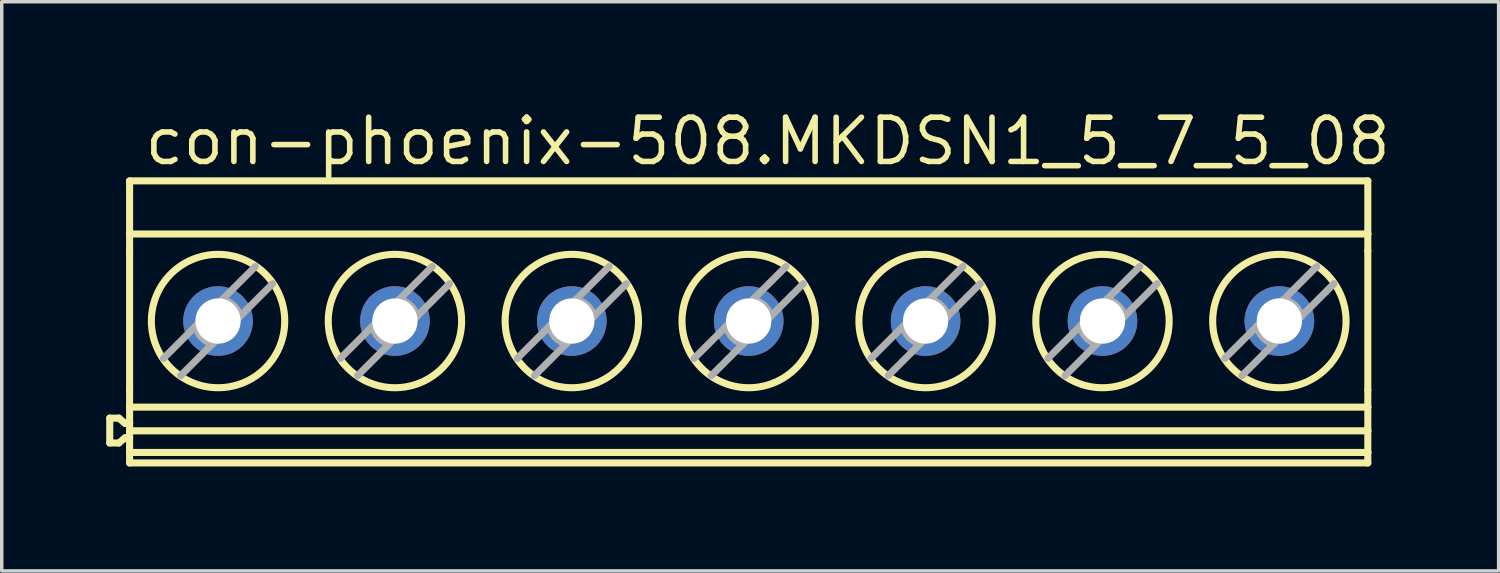
<source format=kicad_pcb>
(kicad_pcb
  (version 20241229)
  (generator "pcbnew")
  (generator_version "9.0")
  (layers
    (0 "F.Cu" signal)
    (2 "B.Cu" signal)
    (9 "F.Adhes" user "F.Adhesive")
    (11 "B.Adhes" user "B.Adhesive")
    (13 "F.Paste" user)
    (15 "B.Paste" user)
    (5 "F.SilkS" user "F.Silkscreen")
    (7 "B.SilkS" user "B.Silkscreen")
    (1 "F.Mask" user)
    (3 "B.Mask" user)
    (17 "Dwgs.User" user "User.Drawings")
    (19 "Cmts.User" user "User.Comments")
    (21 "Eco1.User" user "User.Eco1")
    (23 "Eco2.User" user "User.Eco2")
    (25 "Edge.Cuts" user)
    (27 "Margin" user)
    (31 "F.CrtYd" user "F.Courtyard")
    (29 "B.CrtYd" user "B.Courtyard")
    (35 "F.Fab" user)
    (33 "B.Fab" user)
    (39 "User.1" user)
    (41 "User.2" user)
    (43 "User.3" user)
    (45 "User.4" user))
  (footprint "con-phoenix-508.MKDSN1_5_7_5_08"
    (layer "F.Cu")
    (at 18.473 6.195)
    (property "Reference" "con-phoenix-508.MKDSN1_5_7_5_08" (at -17.451 -4.445 0) (layer "F.SilkS") (effects (font (size 1.27 1.27) (thickness 0.16)) (justify left bottom)))
    (attr through_hole)
    (fp_line (start -18.371 2.763) (end -18.371 3.477) (stroke (width 0.203) (type default)) (layer "F.SilkS"))
    (fp_line (start -18.371 2.763) (end -18.108 2.763) (stroke (width 0.203) (type default)) (layer "F.SilkS"))
    (fp_line (start -18.371 3.477) (end -18.108 3.477) (stroke (width 0.203) (type default)) (layer "F.SilkS"))
    (fp_line (start -18.108 2.763) (end -17.93 2.913) (stroke (width 0.203) (type default)) (layer "F.SilkS"))
    (fp_line (start -17.93 2.913) (end -17.801 2.913) (stroke (width 0.203) (type default)) (layer "F.SilkS"))
    (fp_line (start -17.93 3.327) (end -18.108 3.477) (stroke (width 0.203) (type default)) (layer "F.SilkS"))
    (fp_line (start -17.801 -4.05) (end 17.759 -4.05) (stroke (width 0.203) (type default)) (layer "F.SilkS"))
    (fp_line (start -17.801 -2.524) (end -17.801 -4.05) (stroke (width 0.203) (type default)) (layer "F.SilkS"))
    (fp_line (start -17.801 -2.524) (end -17.801 -2.041) (stroke (width 0.203) (type default)) (layer "F.SilkS"))
    (fp_line (start -17.801 -2.524) (end 17.759 -2.524) (stroke (width 0.203) (type default)) (layer "F.SilkS"))
    (fp_line (start -17.801 1.956) (end -17.801 -2.041) (stroke (width 0.203) (type default)) (layer "F.SilkS"))
    (fp_line (start -17.801 1.956) (end -17.801 2.448) (stroke (width 0.203) (type default)) (layer "F.SilkS"))
    (fp_line (start -17.801 2.913) (end -17.801 2.448) (stroke (width 0.203) (type default)) (layer "F.SilkS"))
    (fp_line (start -17.801 3.128) (end -17.801 2.913) (stroke (width 0.203) (type default)) (layer "F.SilkS"))
    (fp_line (start -17.801 3.128) (end 17.759 3.128) (stroke (width 0.203) (type default)) (layer "F.SilkS"))
    (fp_line (start -17.801 3.327) (end -17.93 3.327) (stroke (width 0.203) (type default)) (layer "F.SilkS"))
    (fp_line (start -17.801 3.327) (end -17.801 3.128) (stroke (width 0.203) (type default)) (layer "F.SilkS"))
    (fp_line (start -17.801 3.75) (end -17.801 3.327) (stroke (width 0.203) (type default)) (layer "F.SilkS"))
    (fp_line (start -17.801 3.75) (end -17.801 4.05) (stroke (width 0.203) (type default)) (layer "F.SilkS"))
    (fp_line (start -17.801 4.05) (end 17.759 4.05) (stroke (width 0.203) (type default)) (layer "F.SilkS"))
    (fp_line (start 17.759 -2.524) (end 17.759 -4.05) (stroke (width 0.203) (type default)) (layer "F.SilkS"))
    (fp_line (start 17.759 -2.524) (end 17.759 -2.041) (stroke (width 0.203) (type default)) (layer "F.SilkS"))
    (fp_line (start 17.759 1.956) (end 17.759 -2.041) (stroke (width 0.203) (type default)) (layer "F.SilkS"))
    (fp_line (start 17.759 1.956) (end 17.759 2.448) (stroke (width 0.203) (type default)) (layer "F.SilkS"))
    (fp_line (start 17.759 2.448) (end -17.801 2.448) (stroke (width 0.203) (type default)) (layer "F.SilkS"))
    (fp_line (start 17.759 3.128) (end 17.759 2.448) (stroke (width 0.203) (type default)) (layer "F.SilkS"))
    (fp_line (start 17.759 3.75) (end -17.801 3.75) (stroke (width 0.203) (type default)) (layer "F.SilkS"))
    (fp_line (start 17.759 3.75) (end 17.759 3.128) (stroke (width 0.203) (type default)) (layer "F.SilkS"))
    (fp_line (start 17.759 3.75) (end 17.759 4.05) (stroke (width 0.203) (type default)) (layer "F.SilkS"))
    (fp_circle (center -15.261 -0.025) (end -13.346 -0.025) (stroke (width 0.203) (type default)) (fill no) (layer "F.SilkS"))
    (fp_circle (center -10.181 -0.025) (end -8.266 -0.025) (stroke (width 0.203) (type default)) (fill no) (layer "F.SilkS"))
    (fp_circle (center -5.101 -0.025) (end -3.186 -0.025) (stroke (width 0.203) (type default)) (fill no) (layer "F.SilkS"))
    (fp_circle (center -0.021 -0.025) (end 1.894 -0.025) (stroke (width 0.203) (type default)) (fill no) (layer "F.SilkS"))
    (fp_circle (center 5.059 -0.025) (end 6.974 -0.025) (stroke (width 0.203) (type default)) (fill no) (layer "F.SilkS"))
    (fp_circle (center 10.139 -0.025) (end 12.054 -0.025) (stroke (width 0.203) (type default)) (fill no) (layer "F.SilkS"))
    (fp_circle (center 15.219 -0.025) (end 17.134 -0.025) (stroke (width 0.203) (type default)) (fill no) (layer "F.SilkS"))
    (fp_line (start -16.829 1.048) (end -15.9 0.119) (stroke (width 0.203) (type default)) (layer "F.Fab"))
    (fp_line (start -15.9 0.119) (end -15.261 -0.52) (stroke (width 0.203) (type default)) (layer "F.Fab"))
    (fp_line (start -15.421 0.63) (end -16.334 1.543) (stroke (width 0.203) (type default)) (layer "F.Fab"))
    (fp_line (start -15.261 -0.52) (end -15.142 -0.639) (stroke (width 0.203) (type default)) (layer "F.Fab"))
    (fp_line (start -15.261 0.47) (end -15.421 0.63) (stroke (width 0.203) (type default)) (layer "F.Fab"))
    (fp_line (start -15.142 -0.639) (end -14.188 -1.593) (stroke (width 0.203) (type default)) (layer "F.Fab"))
    (fp_line (start -14.631 -0.16) (end -15.261 0.47) (stroke (width 0.203) (type default)) (layer "F.Fab"))
    (fp_line (start -13.693 -1.098) (end -14.631 -0.16) (stroke (width 0.203) (type default)) (layer "F.Fab"))
    (fp_line (start -11.749 1.048) (end -10.82 0.119) (stroke (width 0.203) (type default)) (layer "F.Fab"))
    (fp_line (start -10.82 0.119) (end -10.181 -0.52) (stroke (width 0.203) (type default)) (layer "F.Fab"))
    (fp_line (start -10.341 0.63) (end -11.254 1.543) (stroke (width 0.203) (type default)) (layer "F.Fab"))
    (fp_line (start -10.181 -0.52) (end -10.062 -0.639) (stroke (width 0.203) (type default)) (layer "F.Fab"))
    (fp_line (start -10.181 0.47) (end -10.341 0.63) (stroke (width 0.203) (type default)) (layer "F.Fab"))
    (fp_line (start -10.062 -0.639) (end -9.108 -1.593) (stroke (width 0.203) (type default)) (layer "F.Fab"))
    (fp_line (start -9.551 -0.16) (end -10.181 0.47) (stroke (width 0.203) (type default)) (layer "F.Fab"))
    (fp_line (start -8.613 -1.098) (end -9.551 -0.16) (stroke (width 0.203) (type default)) (layer "F.Fab"))
    (fp_line (start -6.669 1.048) (end -5.74 0.119) (stroke (width 0.203) (type default)) (layer "F.Fab"))
    (fp_line (start -5.74 0.119) (end -5.101 -0.52) (stroke (width 0.203) (type default)) (layer "F.Fab"))
    (fp_line (start -5.261 0.63) (end -6.174 1.543) (stroke (width 0.203) (type default)) (layer "F.Fab"))
    (fp_line (start -5.101 -0.52) (end -4.982 -0.639) (stroke (width 0.203) (type default)) (layer "F.Fab"))
    (fp_line (start -5.101 0.47) (end -5.261 0.63) (stroke (width 0.203) (type default)) (layer "F.Fab"))
    (fp_line (start -4.982 -0.639) (end -4.028 -1.593) (stroke (width 0.203) (type default)) (layer "F.Fab"))
    (fp_line (start -4.471 -0.16) (end -5.101 0.47) (stroke (width 0.203) (type default)) (layer "F.Fab"))
    (fp_line (start -3.533 -1.098) (end -4.471 -0.16) (stroke (width 0.203) (type default)) (layer "F.Fab"))
    (fp_line (start -1.589 1.048) (end -0.66 0.119) (stroke (width 0.203) (type default)) (layer "F.Fab"))
    (fp_line (start -0.66 0.119) (end -0.021 -0.52) (stroke (width 0.203) (type default)) (layer "F.Fab"))
    (fp_line (start -0.181 0.63) (end -1.094 1.543) (stroke (width 0.203) (type default)) (layer "F.Fab"))
    (fp_line (start -0.021 -0.52) (end 0.098 -0.639) (stroke (width 0.203) (type default)) (layer "F.Fab"))
    (fp_line (start -0.021 0.47) (end -0.181 0.63) (stroke (width 0.203) (type default)) (layer "F.Fab"))
    (fp_line (start 0.098 -0.639) (end 1.052 -1.593) (stroke (width 0.203) (type default)) (layer "F.Fab"))
    (fp_line (start 0.609 -0.16) (end -0.021 0.47) (stroke (width 0.203) (type default)) (layer "F.Fab"))
    (fp_line (start 1.547 -1.098) (end 0.609 -0.16) (stroke (width 0.203) (type default)) (layer "F.Fab"))
    (fp_line (start 3.491 1.048) (end 4.42 0.119) (stroke (width 0.203) (type default)) (layer "F.Fab"))
    (fp_line (start 4.42 0.119) (end 5.059 -0.52) (stroke (width 0.203) (type default)) (layer "F.Fab"))
    (fp_line (start 4.899 0.63) (end 3.986 1.543) (stroke (width 0.203) (type default)) (layer "F.Fab"))
    (fp_line (start 5.059 -0.52) (end 5.178 -0.639) (stroke (width 0.203) (type default)) (layer "F.Fab"))
    (fp_line (start 5.059 0.47) (end 4.899 0.63) (stroke (width 0.203) (type default)) (layer "F.Fab"))
    (fp_line (start 5.178 -0.639) (end 6.132 -1.593) (stroke (width 0.203) (type default)) (layer "F.Fab"))
    (fp_line (start 5.689 -0.16) (end 5.059 0.47) (stroke (width 0.203) (type default)) (layer "F.Fab"))
    (fp_line (start 6.627 -1.098) (end 5.689 -0.16) (stroke (width 0.203) (type default)) (layer "F.Fab"))
    (fp_line (start 8.571 1.048) (end 9.5 0.119) (stroke (width 0.203) (type default)) (layer "F.Fab"))
    (fp_line (start 9.5 0.119) (end 10.139 -0.52) (stroke (width 0.203) (type default)) (layer "F.Fab"))
    (fp_line (start 9.979 0.63) (end 9.066 1.543) (stroke (width 0.203) (type default)) (layer "F.Fab"))
    (fp_line (start 10.139 -0.52) (end 10.258 -0.639) (stroke (width 0.203) (type default)) (layer "F.Fab"))
    (fp_line (start 10.139 0.47) (end 9.979 0.63) (stroke (width 0.203) (type default)) (layer "F.Fab"))
    (fp_line (start 10.258 -0.639) (end 11.212 -1.593) (stroke (width 0.203) (type default)) (layer "F.Fab"))
    (fp_line (start 10.769 -0.16) (end 10.139 0.47) (stroke (width 0.203) (type default)) (layer "F.Fab"))
    (fp_line (start 11.707 -1.098) (end 10.769 -0.16) (stroke (width 0.203) (type default)) (layer "F.Fab"))
    (fp_line (start 13.651 1.048) (end 14.58 0.119) (stroke (width 0.203) (type default)) (layer "F.Fab"))
    (fp_line (start 14.58 0.119) (end 15.219 -0.52) (stroke (width 0.203) (type default)) (layer "F.Fab"))
    (fp_line (start 15.059 0.63) (end 14.146 1.543) (stroke (width 0.203) (type default)) (layer "F.Fab"))
    (fp_line (start 15.219 -0.52) (end 15.338 -0.639) (stroke (width 0.203) (type default)) (layer "F.Fab"))
    (fp_line (start 15.219 0.47) (end 15.059 0.63) (stroke (width 0.203) (type default)) (layer "F.Fab"))
    (fp_line (start 15.338 -0.639) (end 16.292 -1.593) (stroke (width 0.203) (type default)) (layer "F.Fab"))
    (fp_line (start 15.849 -0.16) (end 15.219 0.47) (stroke (width 0.203) (type default)) (layer "F.Fab"))
    (fp_line (start 16.787 -1.098) (end 15.849 -0.16) (stroke (width 0.203) (type default)) (layer "F.Fab"))
    (fp_arc (start -15.4211 0.63) (mid -15.735316 0.444537) (end -15.9001 0.119) (stroke (width 0.2032) (type default)) (layer "F.Fab"))
    (fp_arc (start -15.1421 -0.639) (mid -14.816563 -0.474216) (end -14.6311 -0.16) (stroke (width 0.2032) (type default)) (layer "F.Fab"))
    (fp_arc (start -10.3411 0.63) (mid -10.655316 0.444537) (end -10.8201 0.119) (stroke (width 0.2032) (type default)) (layer "F.Fab"))
    (fp_arc (start -10.0621 -0.639) (mid -9.736563 -0.474216) (end -9.5511 -0.16) (stroke (width 0.2032) (type default)) (layer "F.Fab"))
    (fp_arc (start -5.2611 0.63) (mid -5.575316 0.444537) (end -5.7401 0.119) (stroke (width 0.2032) (type default)) (layer "F.Fab"))
    (fp_arc (start -4.9821 -0.639) (mid -4.656563 -0.474216) (end -4.4711 -0.16) (stroke (width 0.2032) (type default)) (layer "F.Fab"))
    (fp_arc (start -0.1811 0.63) (mid -0.495316 0.444537) (end -0.6601 0.119) (stroke (width 0.2032) (type default)) (layer "F.Fab"))
    (fp_arc (start 0.0979 -0.639) (mid 0.423437 -0.474216) (end 0.6089 -0.16) (stroke (width 0.2032) (type default)) (layer "F.Fab"))
    (fp_arc (start 4.8989 0.63) (mid 4.584684 0.444537) (end 4.4199 0.119) (stroke (width 0.2032) (type default)) (layer "F.Fab"))
    (fp_arc (start 5.1779 -0.639) (mid 5.503437 -0.474216) (end 5.6889 -0.16) (stroke (width 0.2032) (type default)) (layer "F.Fab"))
    (fp_arc (start 9.9789 0.63) (mid 9.664684 0.444537) (end 9.4999 0.119) (stroke (width 0.2032) (type default)) (layer "F.Fab"))
    (fp_arc (start 10.2579 -0.639) (mid 10.583437 -0.474216) (end 10.7689 -0.16) (stroke (width 0.2032) (type default)) (layer "F.Fab"))
    (fp_arc (start 15.0589 0.63) (mid 14.744684 0.444537) (end 14.5799 0.119) (stroke (width 0.2032) (type default)) (layer "F.Fab"))
    (fp_arc (start 15.3379 -0.639) (mid 15.663437 -0.474216) (end 15.8489 -0.16) (stroke (width 0.2032) (type default)) (layer "F.Fab"))
    (pad "1" thru_hole circle (at -15.261 -0.025) (size 2 2) (drill 1.3) (layers "*.Cu" "*.Mask"))
    (pad "2" thru_hole circle (at -10.181 -0.025) (size 2 2) (drill 1.3) (layers "*.Cu" "*.Mask"))
    (pad "3" thru_hole circle (at -5.101 -0.025) (size 2 2) (drill 1.3) (layers "*.Cu" "*.Mask"))
    (pad "4" thru_hole circle (at -0.021 -0.025) (size 2 2) (drill 1.3) (layers "*.Cu" "*.Mask"))
    (pad "5" thru_hole circle (at 5.059 -0.025) (size 2 2) (drill 1.3) (layers "*.Cu" "*.Mask"))
    (pad "6" thru_hole circle (at 10.139 -0.025) (size 2 2) (drill 1.3) (layers "*.Cu" "*.Mask"))
    (pad "7" thru_hole circle (at 15.219 -0.025) (size 2 2) (drill 1.3) (layers "*.Cu" "*.Mask")))
  (gr_rect
    (start -3 -3)
    (end 39.989 13.347)
    (stroke (width 0.1) (type default))
    (fill no)
    (layer "Edge.Cuts")))
</source>
